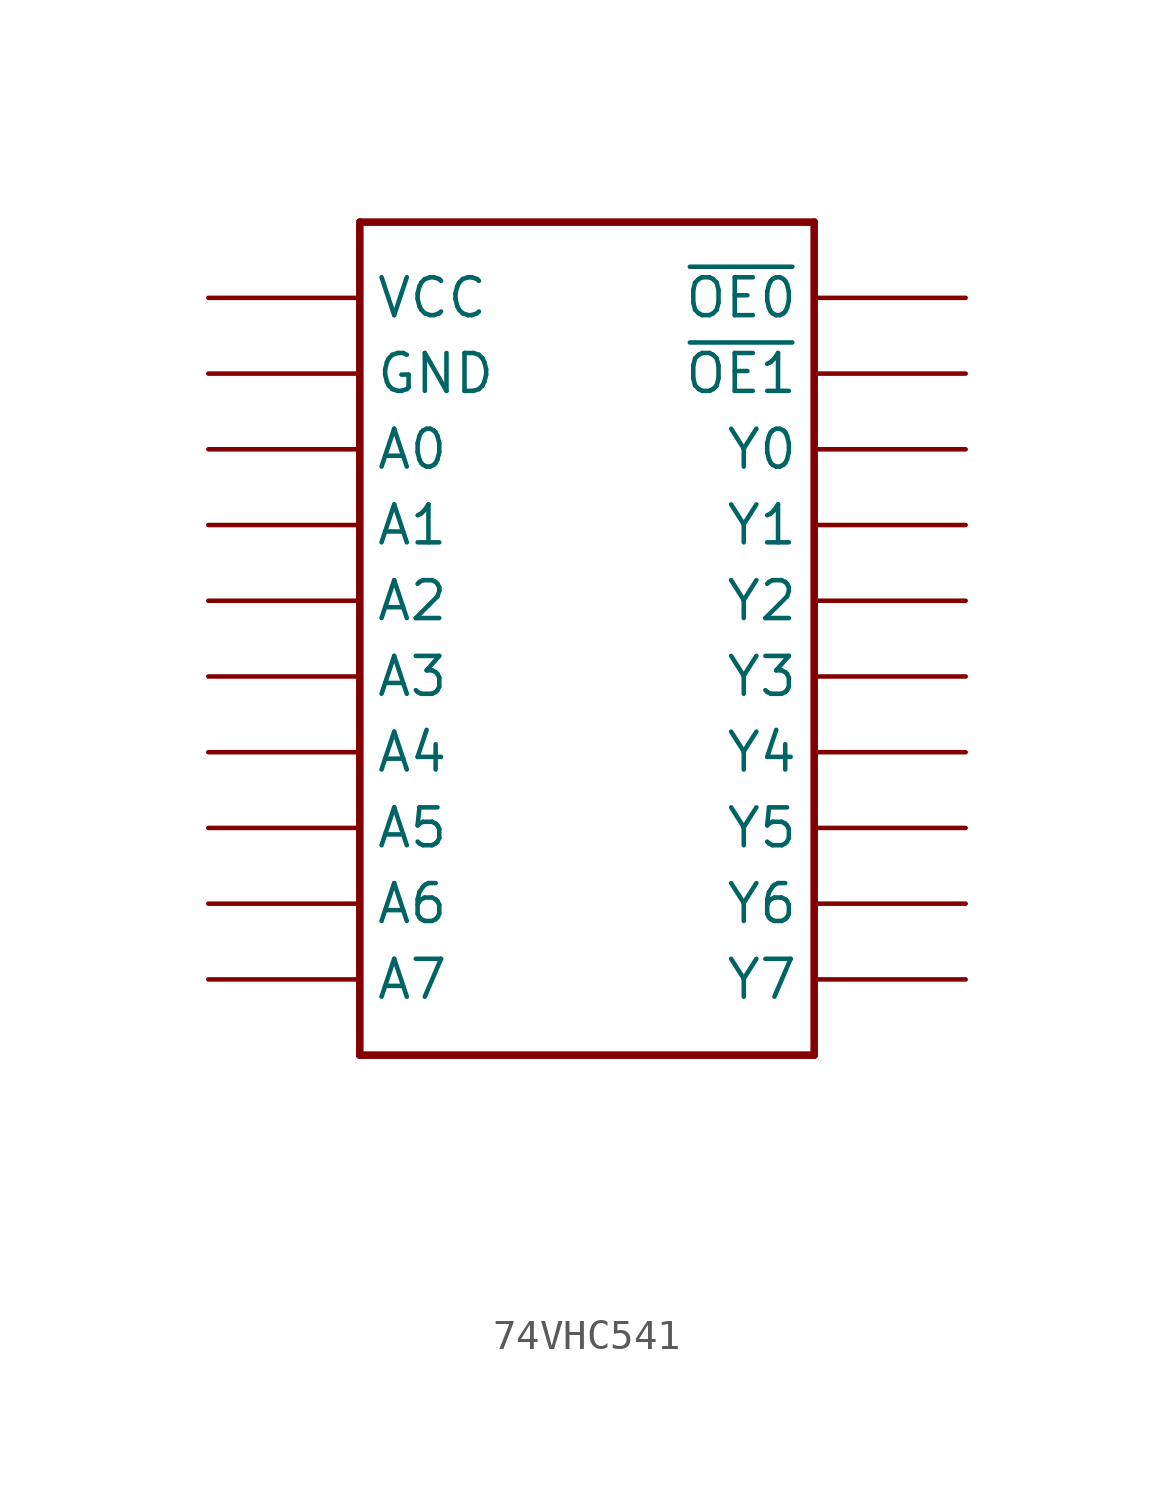
<source format=kicad_sym>
(kicad_symbol_lib
  (version 20220914)
  (generator kicad_symbol_editor)
  (symbol "74VHC541"
    (property "Reference" ""
      (at -7.62 17.78 0)
      (effects (font (size 2.184 1.857)) (justify left bottom) hide))
    (property "Value" ""
      (at 0 -17.78 0)
      (effects (font (size 2.184 1.857)) (justify left bottom)))
    (property "ki_locked" ""
      (at 0 0 0)
      (effects (font (size 1.27 1.27))))
    (symbol "74VHC541_1_0"
      (polyline (pts (xy -7.62 -12.7) (xy -7.62 15.24)) (stroke (width 0.254) (type solid)) (fill (type none)))
      (polyline (pts (xy -7.62 15.24) (xy 7.62 15.24)) (stroke (width 0.254) (type solid)) (fill (type none)))
      (polyline (pts (xy 7.62 -12.7) (xy -7.62 -12.7)) (stroke (width 0.254) (type solid)) (fill (type none)))
      (polyline (pts (xy 7.62 15.24) (xy 7.62 -12.7)) (stroke (width 0.254) (type solid)) (fill (type none)))
      (pin bidirectional line (at 12.7 12.7 180) (length 5.08) (name "~{OE0}" (effects (font (size 1.27 1.27)))) (number "1" (effects (font (size 0 0)))))
      (pin power_in line (at -12.7 10.16 0) (length 5.08) (name "GND" (effects (font (size 1.27 1.27)))) (number "10" (effects (font (size 0 0)))))
      (pin bidirectional line (at 12.7 -10.16 180) (length 5.08) (name "Y7" (effects (font (size 1.27 1.27)))) (number "11" (effects (font (size 0 0)))))
      (pin bidirectional line (at 12.7 -7.62 180) (length 5.08) (name "Y6" (effects (font (size 1.27 1.27)))) (number "12" (effects (font (size 0 0)))))
      (pin bidirectional line (at 12.7 -5.08 180) (length 5.08) (name "Y5" (effects (font (size 1.27 1.27)))) (number "13" (effects (font (size 0 0)))))
      (pin bidirectional line (at 12.7 -2.54 180) (length 5.08) (name "Y4" (effects (font (size 1.27 1.27)))) (number "14" (effects (font (size 0 0)))))
      (pin bidirectional line (at 12.7 0 180) (length 5.08) (name "Y3" (effects (font (size 1.27 1.27)))) (number "15" (effects (font (size 0 0)))))
      (pin bidirectional line (at 12.7 2.54 180) (length 5.08) (name "Y2" (effects (font (size 1.27 1.27)))) (number "16" (effects (font (size 0 0)))))
      (pin bidirectional line (at 12.7 5.08 180) (length 5.08) (name "Y1" (effects (font (size 1.27 1.27)))) (number "17" (effects (font (size 0 0)))))
      (pin bidirectional line (at 12.7 7.62 180) (length 5.08) (name "Y0" (effects (font (size 1.27 1.27)))) (number "18" (effects (font (size 0 0)))))
      (pin bidirectional line (at 12.7 10.16 180) (length 5.08) (name "~{OE1}" (effects (font (size 1.27 1.27)))) (number "19" (effects (font (size 0 0)))))
      (pin bidirectional line (at -12.7 7.62 0) (length 5.08) (name "A0" (effects (font (size 1.27 1.27)))) (number "2" (effects (font (size 0 0)))))
      (pin power_in line (at -12.7 12.7 0) (length 5.08) (name "VCC" (effects (font (size 1.27 1.27)))) (number "20" (effects (font (size 0 0)))))
      (pin bidirectional line (at -12.7 5.08 0) (length 5.08) (name "A1" (effects (font (size 1.27 1.27)))) (number "3" (effects (font (size 0 0)))))
      (pin bidirectional line (at -12.7 2.54 0) (length 5.08) (name "A2" (effects (font (size 1.27 1.27)))) (number "4" (effects (font (size 0 0)))))
      (pin bidirectional line (at -12.7 0 0) (length 5.08) (name "A3" (effects (font (size 1.27 1.27)))) (number "5" (effects (font (size 0 0)))))
      (pin bidirectional line (at -12.7 -2.54 0) (length 5.08) (name "A4" (effects (font (size 1.27 1.27)))) (number "6" (effects (font (size 0 0)))))
      (pin bidirectional line (at -12.7 -5.08 0) (length 5.08) (name "A5" (effects (font (size 1.27 1.27)))) (number "7" (effects (font (size 0 0)))))
      (pin bidirectional line (at -12.7 -7.62 0) (length 5.08) (name "A6" (effects (font (size 1.27 1.27)))) (number "8" (effects (font (size 0 0)))))
      (pin bidirectional line (at -12.7 -10.16 0) (length 5.08) (name "A7" (effects (font (size 1.27 1.27)))) (number "9" (effects (font (size 0 0))))))))
</source>
